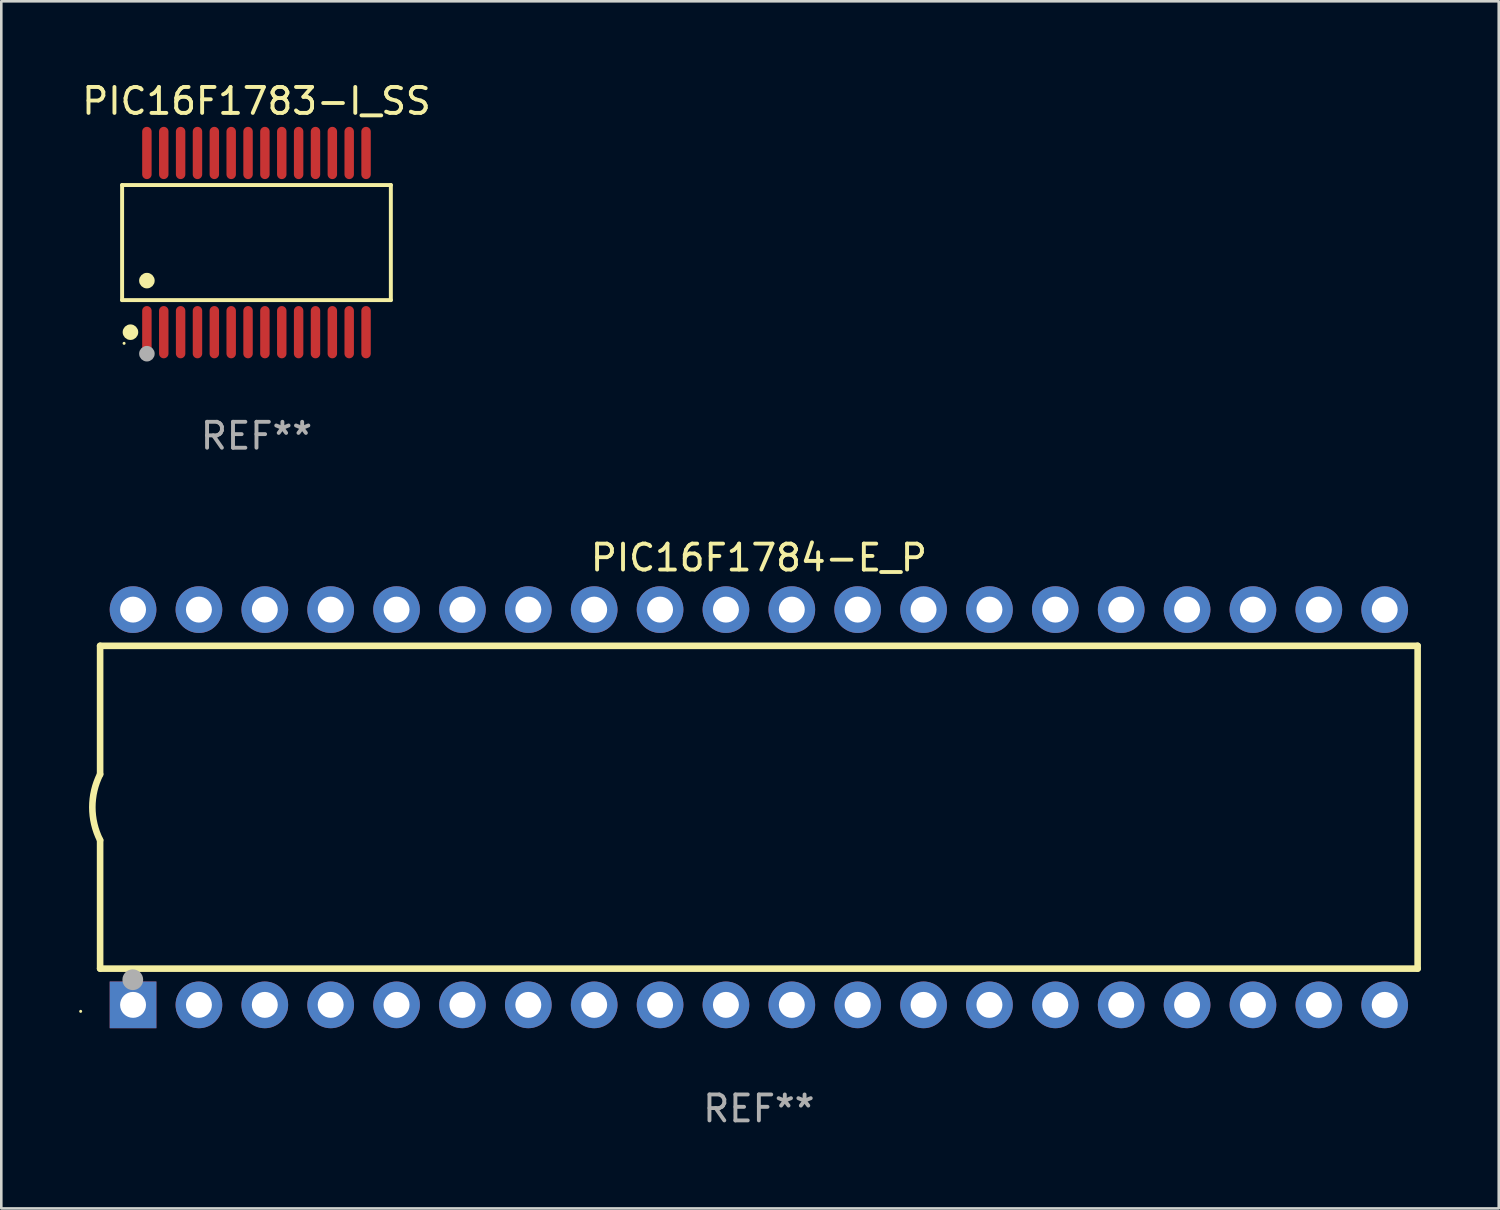
<source format=kicad_pcb>
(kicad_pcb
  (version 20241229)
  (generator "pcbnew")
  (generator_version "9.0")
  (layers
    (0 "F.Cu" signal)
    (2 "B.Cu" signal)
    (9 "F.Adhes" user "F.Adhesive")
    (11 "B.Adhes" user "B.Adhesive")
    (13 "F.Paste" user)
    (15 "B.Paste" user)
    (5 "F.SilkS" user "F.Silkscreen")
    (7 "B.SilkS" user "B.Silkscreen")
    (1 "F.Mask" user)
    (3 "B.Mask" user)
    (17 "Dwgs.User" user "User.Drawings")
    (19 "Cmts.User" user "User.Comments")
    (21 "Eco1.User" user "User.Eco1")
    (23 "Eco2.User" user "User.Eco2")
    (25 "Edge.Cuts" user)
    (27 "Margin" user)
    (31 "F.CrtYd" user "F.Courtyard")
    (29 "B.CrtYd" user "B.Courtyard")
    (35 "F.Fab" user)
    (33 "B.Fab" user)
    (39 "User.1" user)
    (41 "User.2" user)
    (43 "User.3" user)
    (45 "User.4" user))
  (footprint "PIC16F1783-I_SS"
    (layer "F.Cu")
    (at 6.839 6.303)
    (property "Reference" "PIC16F1783-I_SS" (at 0 -5.455 0) (layer "F.SilkS") (effects (font (size 1 1) (thickness 0.15))))
    (attr through_hole)
    (fp_line (start -5.181 -2.219) (end 5.181 -2.219) (stroke (width 0.152) (type solid)) (layer "F.SilkS"))
    (fp_line (start -5.181 2.219) (end -5.181 -2.219) (stroke (width 0.152) (type solid)) (layer "F.SilkS"))
    (fp_line (start 5.181 -2.219) (end 5.181 2.219) (stroke (width 0.152) (type solid)) (layer "F.SilkS"))
    (fp_line (start 5.181 2.219) (end -5.181 2.219) (stroke (width 0.152) (type solid)) (layer "F.SilkS"))
    (fp_circle (center -5.105 3.885) (end -5.075 3.885) (stroke (width 0.06) (type solid)) (fill no) (layer "F.SilkS"))
    (fp_circle (center -4.859 3.455) (end -4.709 3.455) (stroke (width 0.3) (type solid)) (fill no) (layer "F.SilkS"))
    (fp_circle (center -4.225 1.467) (end -4.075 1.467) (stroke (width 0.3) (type solid)) (fill no) (layer "F.SilkS"))
    (fp_circle (center -4.225 4.285) (end -4.075 4.285) (stroke (width 0.3) (type solid)) (fill no) (layer "F.Fab"))
    (fp_text user "REF**" (at 0 7.455 0) (layer "F.Fab") (effects (font (size 1 1) (thickness 0.15))))
    (pad "1" smd oval (at -4.225 3.455) (size 0.364 2.015) (layers "F.Cu" "F.Mask" "F.Paste"))
    (pad "2" smd oval (at -3.575 3.455) (size 0.364 2.015) (layers "F.Cu" "F.Mask" "F.Paste"))
    (pad "3" smd oval (at -2.925 3.455) (size 0.364 2.015) (layers "F.Cu" "F.Mask" "F.Paste"))
    (pad "4" smd oval (at -2.275 3.455) (size 0.364 2.015) (layers "F.Cu" "F.Mask" "F.Paste"))
    (pad "5" smd oval (at -1.625 3.455) (size 0.364 2.015) (layers "F.Cu" "F.Mask" "F.Paste"))
    (pad "6" smd oval (at -0.975 3.455) (size 0.364 2.015) (layers "F.Cu" "F.Mask" "F.Paste"))
    (pad "7" smd oval (at -0.325 3.455) (size 0.364 2.015) (layers "F.Cu" "F.Mask" "F.Paste"))
    (pad "8" smd oval (at 0.325 3.455) (size 0.364 2.015) (layers "F.Cu" "F.Mask" "F.Paste"))
    (pad "9" smd oval (at 0.975 3.455) (size 0.364 2.015) (layers "F.Cu" "F.Mask" "F.Paste"))
    (pad "10" smd oval (at 1.625 3.455) (size 0.364 2.015) (layers "F.Cu" "F.Mask" "F.Paste"))
    (pad "11" smd oval (at 2.275 3.455) (size 0.364 2.015) (layers "F.Cu" "F.Mask" "F.Paste"))
    (pad "12" smd oval (at 2.925 3.455) (size 0.364 2.015) (layers "F.Cu" "F.Mask" "F.Paste"))
    (pad "13" smd oval (at 3.575 3.455) (size 0.364 2.015) (layers "F.Cu" "F.Mask" "F.Paste"))
    (pad "14" smd oval (at 4.225 3.455) (size 0.364 2.015) (layers "F.Cu" "F.Mask" "F.Paste"))
    (pad "15" smd oval (at 4.225 -3.455) (size 0.364 2.015) (layers "F.Cu" "F.Mask" "F.Paste"))
    (pad "16" smd oval (at 3.575 -3.455) (size 0.364 2.015) (layers "F.Cu" "F.Mask" "F.Paste"))
    (pad "17" smd oval (at 2.925 -3.455) (size 0.364 2.015) (layers "F.Cu" "F.Mask" "F.Paste"))
    (pad "18" smd oval (at 2.275 -3.455) (size 0.364 2.015) (layers "F.Cu" "F.Mask" "F.Paste"))
    (pad "19" smd oval (at 1.625 -3.455) (size 0.364 2.015) (layers "F.Cu" "F.Mask" "F.Paste"))
    (pad "20" smd oval (at 0.975 -3.455) (size 0.364 2.015) (layers "F.Cu" "F.Mask" "F.Paste"))
    (pad "21" smd oval (at 0.325 -3.455) (size 0.364 2.015) (layers "F.Cu" "F.Mask" "F.Paste"))
    (pad "22" smd oval (at -0.325 -3.455) (size 0.364 2.015) (layers "F.Cu" "F.Mask" "F.Paste"))
    (pad "23" smd oval (at -0.975 -3.455) (size 0.364 2.015) (layers "F.Cu" "F.Mask" "F.Paste"))
    (pad "24" smd oval (at -1.625 -3.455) (size 0.364 2.015) (layers "F.Cu" "F.Mask" "F.Paste"))
    (pad "25" smd oval (at -2.275 -3.455) (size 0.364 2.015) (layers "F.Cu" "F.Mask" "F.Paste"))
    (pad "26" smd oval (at -2.925 -3.455) (size 0.364 2.015) (layers "F.Cu" "F.Mask" "F.Paste"))
    (pad "27" smd oval (at -3.575 -3.455) (size 0.364 2.015) (layers "F.Cu" "F.Mask" "F.Paste"))
    (pad "28" smd oval (at -4.225 -3.455) (size 0.364 2.015) (layers "F.Cu" "F.Mask" "F.Paste")))
  (footprint "PIC16F1784-E_P"
    (layer "F.Cu")
    (at 26.21 28.075)
    (property "Reference" "PIC16F1784-E_P" (at 0 -9.62 0) (layer "F.SilkS") (effects (font (size 1 1) (thickness 0.15))))
    (attr through_hole)
    (fp_line (start -25.4 -6.224) (end -25.4 -1.271) (stroke (width 0.254) (type solid)) (layer "F.SilkS"))
    (fp_line (start -25.4 -6.224) (end 25.4 -6.224) (stroke (width 0.254) (type solid)) (layer "F.SilkS"))
    (fp_line (start -25.4 1.269) (end -25.4 6.222) (stroke (width 0.254) (type solid)) (layer "F.SilkS"))
    (fp_line (start -25.4 6.222) (end 25.4 6.222) (stroke (width 0.254) (type solid)) (layer "F.SilkS"))
    (fp_line (start 25.4 6.222) (end 25.4 -6.224) (stroke (width 0.254) (type solid)) (layer "F.SilkS"))
    (fp_arc (start -25.4 1.269241) (mid -25.699807 -0.000762) (end -25.4 -1.270765) (stroke (width 0.254001) (type solid)) (layer "F.SilkS"))
    (fp_circle (center -26.15 7.87) (end -26.12 7.87) (stroke (width 0.06) (type solid)) (fill no) (layer "F.SilkS"))
    (fp_circle (center -24.14 6.65) (end -23.94 6.65) (stroke (width 0.4) (type solid)) (fill no) (layer "F.Fab"))
    (fp_text user "REF**" (at 0 11.62 0) (layer "F.Fab") (effects (font (size 1 1) (thickness 0.15))))
    (pad "1" thru_hole rect (at -24.13 7.62 90) (size 1.8 1.8) (drill 1) (layers "*.Cu" "*.Mask"))
    (pad "2" thru_hole circle (at -21.59 7.62) (size 1.8 1.8) (drill 1) (layers "*.Cu" "*.Mask"))
    (pad "3" thru_hole circle (at -19.05 7.62) (size 1.8 1.8) (drill 1) (layers "*.Cu" "*.Mask"))
    (pad "4" thru_hole circle (at -16.51 7.62) (size 1.8 1.8) (drill 1) (layers "*.Cu" "*.Mask"))
    (pad "5" thru_hole circle (at -13.97 7.62) (size 1.8 1.8) (drill 1) (layers "*.Cu" "*.Mask"))
    (pad "6" thru_hole circle (at -11.43 7.62) (size 1.8 1.8) (drill 1) (layers "*.Cu" "*.Mask"))
    (pad "7" thru_hole circle (at -8.89 7.62) (size 1.8 1.8) (drill 1) (layers "*.Cu" "*.Mask"))
    (pad "8" thru_hole circle (at -6.35 7.62) (size 1.8 1.8) (drill 1) (layers "*.Cu" "*.Mask"))
    (pad "9" thru_hole circle (at -3.81 7.62) (size 1.8 1.8) (drill 1) (layers "*.Cu" "*.Mask"))
    (pad "10" thru_hole circle (at -1.27 7.62) (size 1.8 1.8) (drill 1) (layers "*.Cu" "*.Mask"))
    (pad "11" thru_hole circle (at 1.27 7.62) (size 1.8 1.8) (drill 1) (layers "*.Cu" "*.Mask"))
    (pad "12" thru_hole circle (at 3.81 7.62) (size 1.8 1.8) (drill 1) (layers "*.Cu" "*.Mask"))
    (pad "13" thru_hole circle (at 6.35 7.62) (size 1.8 1.8) (drill 1) (layers "*.Cu" "*.Mask"))
    (pad "14" thru_hole circle (at 8.89 7.62) (size 1.8 1.8) (drill 1) (layers "*.Cu" "*.Mask"))
    (pad "15" thru_hole circle (at 11.43 7.62) (size 1.8 1.8) (drill 1) (layers "*.Cu" "*.Mask"))
    (pad "16" thru_hole circle (at 13.97 7.62) (size 1.8 1.8) (drill 1) (layers "*.Cu" "*.Mask"))
    (pad "17" thru_hole circle (at 16.51 7.62) (size 1.8 1.8) (drill 1) (layers "*.Cu" "*.Mask"))
    (pad "18" thru_hole circle (at 19.05 7.62) (size 1.8 1.8) (drill 1) (layers "*.Cu" "*.Mask"))
    (pad "19" thru_hole circle (at 21.59 7.62) (size 1.8 1.8) (drill 1) (layers "*.Cu" "*.Mask"))
    (pad "20" thru_hole circle (at 24.13 7.62) (size 1.8 1.8) (drill 1) (layers "*.Cu" "*.Mask"))
    (pad "21" thru_hole circle (at 24.13 -7.62) (size 1.8 1.8) (drill 1) (layers "*.Cu" "*.Mask"))
    (pad "22" thru_hole circle (at 21.59 -7.62) (size 1.8 1.8) (drill 1) (layers "*.Cu" "*.Mask"))
    (pad "23" thru_hole circle (at 19.05 -7.62) (size 1.8 1.8) (drill 1) (layers "*.Cu" "*.Mask"))
    (pad "24" thru_hole circle (at 16.51 -7.62) (size 1.8 1.8) (drill 1) (layers "*.Cu" "*.Mask"))
    (pad "25" thru_hole circle (at 13.97 -7.62) (size 1.8 1.8) (drill 1) (layers "*.Cu" "*.Mask"))
    (pad "26" thru_hole circle (at 11.43 -7.62) (size 1.8 1.8) (drill 1) (layers "*.Cu" "*.Mask"))
    (pad "27" thru_hole circle (at 8.89 -7.62) (size 1.8 1.8) (drill 1) (layers "*.Cu" "*.Mask"))
    (pad "28" thru_hole circle (at 6.35 -7.62) (size 1.8 1.8) (drill 1) (layers "*.Cu" "*.Mask"))
    (pad "29" thru_hole circle (at 3.81 -7.62) (size 1.8 1.8) (drill 1) (layers "*.Cu" "*.Mask"))
    (pad "30" thru_hole circle (at 1.27 -7.62) (size 1.8 1.8) (drill 1) (layers "*.Cu" "*.Mask"))
    (pad "31" thru_hole circle (at -1.27 -7.62) (size 1.8 1.8) (drill 1) (layers "*.Cu" "*.Mask"))
    (pad "32" thru_hole circle (at -3.81 -7.62) (size 1.8 1.8) (drill 1) (layers "*.Cu" "*.Mask"))
    (pad "33" thru_hole circle (at -6.35 -7.62) (size 1.8 1.8) (drill 1) (layers "*.Cu" "*.Mask"))
    (pad "34" thru_hole circle (at -8.89 -7.62) (size 1.8 1.8) (drill 1) (layers "*.Cu" "*.Mask"))
    (pad "35" thru_hole circle (at -11.43 -7.62) (size 1.8 1.8) (drill 1) (layers "*.Cu" "*.Mask"))
    (pad "36" thru_hole circle (at -13.97 -7.62) (size 1.8 1.8) (drill 1) (layers "*.Cu" "*.Mask"))
    (pad "37" thru_hole circle (at -16.51 -7.62) (size 1.8 1.8) (drill 1) (layers "*.Cu" "*.Mask"))
    (pad "38" thru_hole circle (at -19.05 -7.62) (size 1.8 1.8) (drill 1) (layers "*.Cu" "*.Mask"))
    (pad "39" thru_hole circle (at -21.59 -7.62) (size 1.8 1.8) (drill 1) (layers "*.Cu" "*.Mask"))
    (pad "40" thru_hole circle (at -24.13 -7.62) (size 1.8 1.8) (drill 1) (layers "*.Cu" "*.Mask")))
  (gr_rect
    (start -3 -3)
    (end 54.737 43.543)
    (stroke (width 0.1) (type default))
    (fill no)
    (layer "Edge.Cuts")))
</source>
